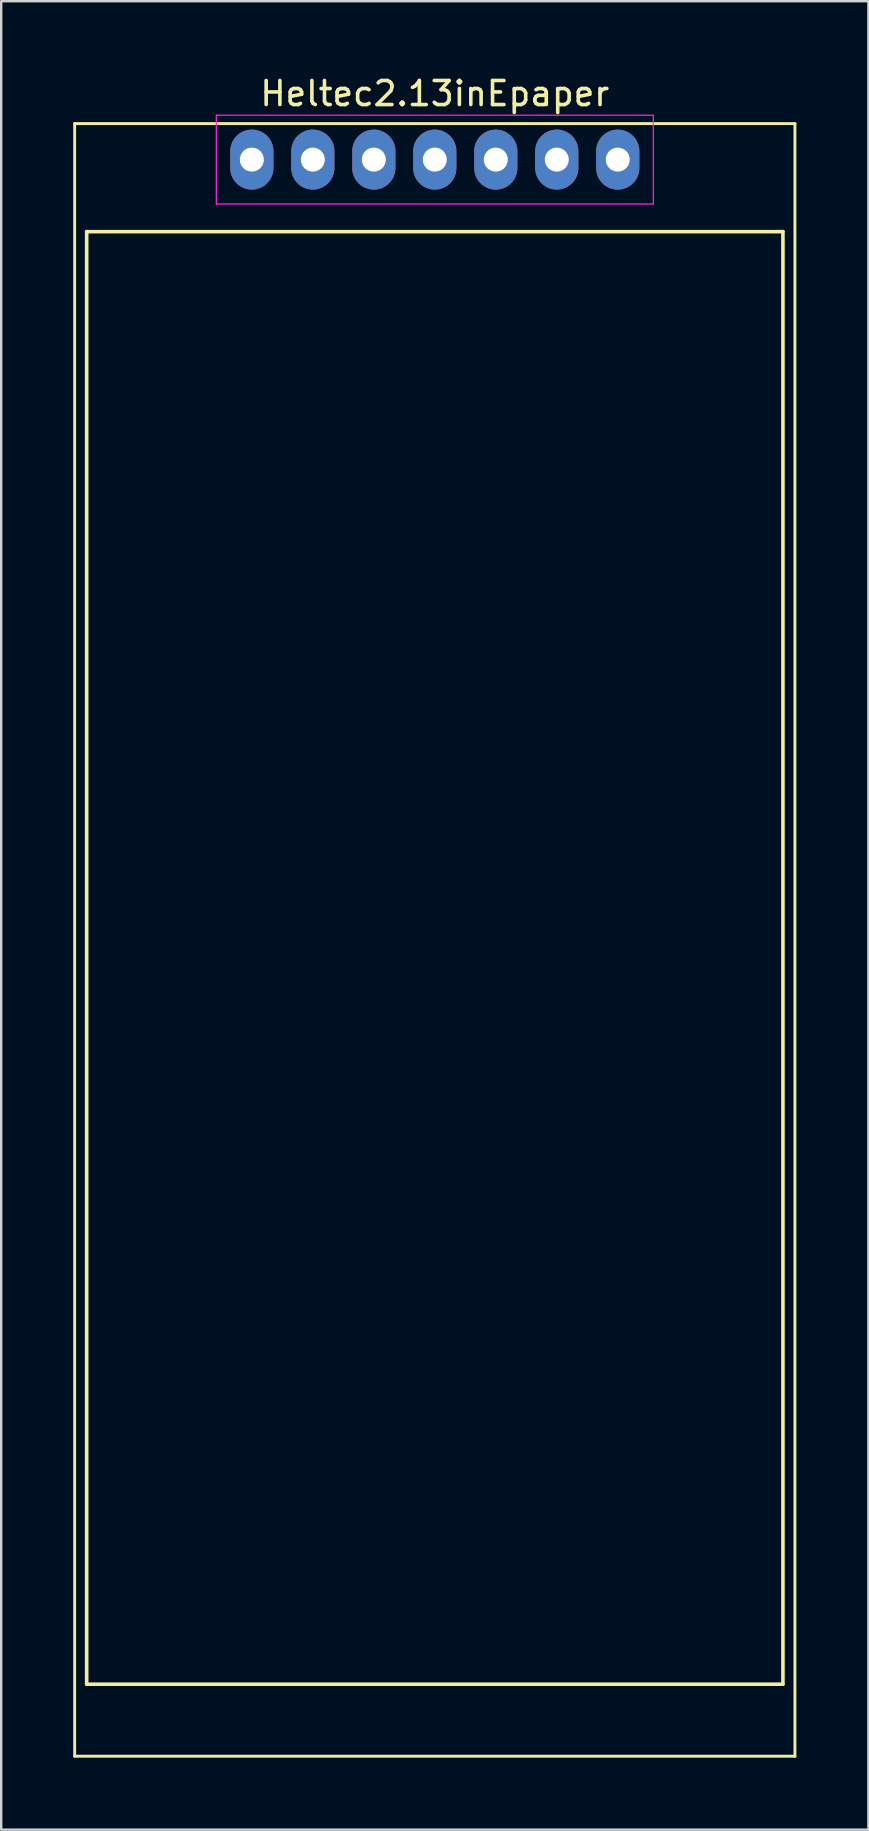
<source format=kicad_pcb>
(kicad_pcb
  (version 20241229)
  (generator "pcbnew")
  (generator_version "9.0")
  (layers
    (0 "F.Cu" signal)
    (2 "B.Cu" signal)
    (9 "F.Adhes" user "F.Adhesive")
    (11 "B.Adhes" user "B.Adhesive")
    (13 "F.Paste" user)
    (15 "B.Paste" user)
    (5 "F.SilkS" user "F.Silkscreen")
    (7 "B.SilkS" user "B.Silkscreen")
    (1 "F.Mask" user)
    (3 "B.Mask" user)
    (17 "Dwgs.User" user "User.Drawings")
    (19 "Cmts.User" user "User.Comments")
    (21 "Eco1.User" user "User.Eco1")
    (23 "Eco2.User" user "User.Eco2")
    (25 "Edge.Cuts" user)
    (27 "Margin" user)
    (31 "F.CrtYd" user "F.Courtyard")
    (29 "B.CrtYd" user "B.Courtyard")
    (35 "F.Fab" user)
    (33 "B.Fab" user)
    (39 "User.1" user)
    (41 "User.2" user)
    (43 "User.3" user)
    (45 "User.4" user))
  (footprint "Heltec2.13inEpaper"
    (layer "F.Cu")
    (at 15.06 3.598)
    (property "Reference" "Heltec2.13inEpaper" (at 0 -2.75 0) (layer "F.SilkS") (effects (font (size 1 1) (thickness 0.15))))
    (attr through_hole)
    (fp_line (start -15 -1.5) (end 15 -1.5) (stroke (width 0.12) (type solid)) (layer "F.SilkS"))
    (fp_line (start -15 66.5) (end -15 -1.5) (stroke (width 0.12) (type solid)) (layer "F.SilkS"))
    (fp_line (start -14.5 3) (end 14.5 3) (stroke (width 0.15) (type solid)) (layer "F.SilkS"))
    (fp_line (start -14.5 63.5) (end -14.5 3) (stroke (width 0.15) (type solid)) (layer "F.SilkS"))
    (fp_line (start 14.5 3) (end 14.5 63.5) (stroke (width 0.15) (type solid)) (layer "F.SilkS"))
    (fp_line (start 14.5 63.5) (end -14.5 63.5) (stroke (width 0.15) (type solid)) (layer "F.SilkS"))
    (fp_line (start 15 -1.5) (end 15 66.5) (stroke (width 0.12) (type solid)) (layer "F.SilkS"))
    (fp_line (start 15 66.5) (end -15 66.5) (stroke (width 0.12) (type solid)) (layer "F.SilkS"))
    (fp_line (start -9.1 -1.85) (end 9.1 -1.85) (stroke (width 0.05) (type solid)) (layer "F.CrtYd"))
    (fp_line (start -9.1 1.85) (end -9.1 -1.85) (stroke (width 0.05) (type solid)) (layer "F.CrtYd"))
    (fp_line (start 9.1 -1.85) (end 9.1 1.85) (stroke (width 0.05) (type solid)) (layer "F.CrtYd"))
    (fp_line (start 9.1 1.85) (end -9.1 1.85) (stroke (width 0.05) (type solid)) (layer "F.CrtYd"))
    (pad "1" thru_hole oval (at -7.62 0) (size 1.8 2.5) (drill 1) (layers "*.Cu" "*.Mask"))
    (pad "2" thru_hole oval (at -5.08 0) (size 1.8 2.5) (drill 1) (layers "*.Cu" "*.Mask"))
    (pad "3" thru_hole oval (at -2.54 0) (size 1.8 2.5) (drill 1) (layers "*.Cu" "*.Mask"))
    (pad "4" thru_hole oval (at 0 0) (size 1.8 2.5) (drill 1) (layers "*.Cu" "*.Mask"))
    (pad "5" thru_hole oval (at 2.54 0) (size 1.8 2.5) (drill 1) (layers "*.Cu" "*.Mask"))
    (pad "6" thru_hole oval (at 5.08 0) (size 1.8 2.5) (drill 1) (layers "*.Cu" "*.Mask"))
    (pad "7" thru_hole oval (at 7.62 0) (size 1.8 2.5) (drill 1) (layers "*.Cu" "*.Mask")))
  (gr_rect
    (start -3 -3)
    (end 33.12 73.158)
    (stroke (width 0.1) (type default))
    (fill no)
    (layer "Edge.Cuts")))
</source>
